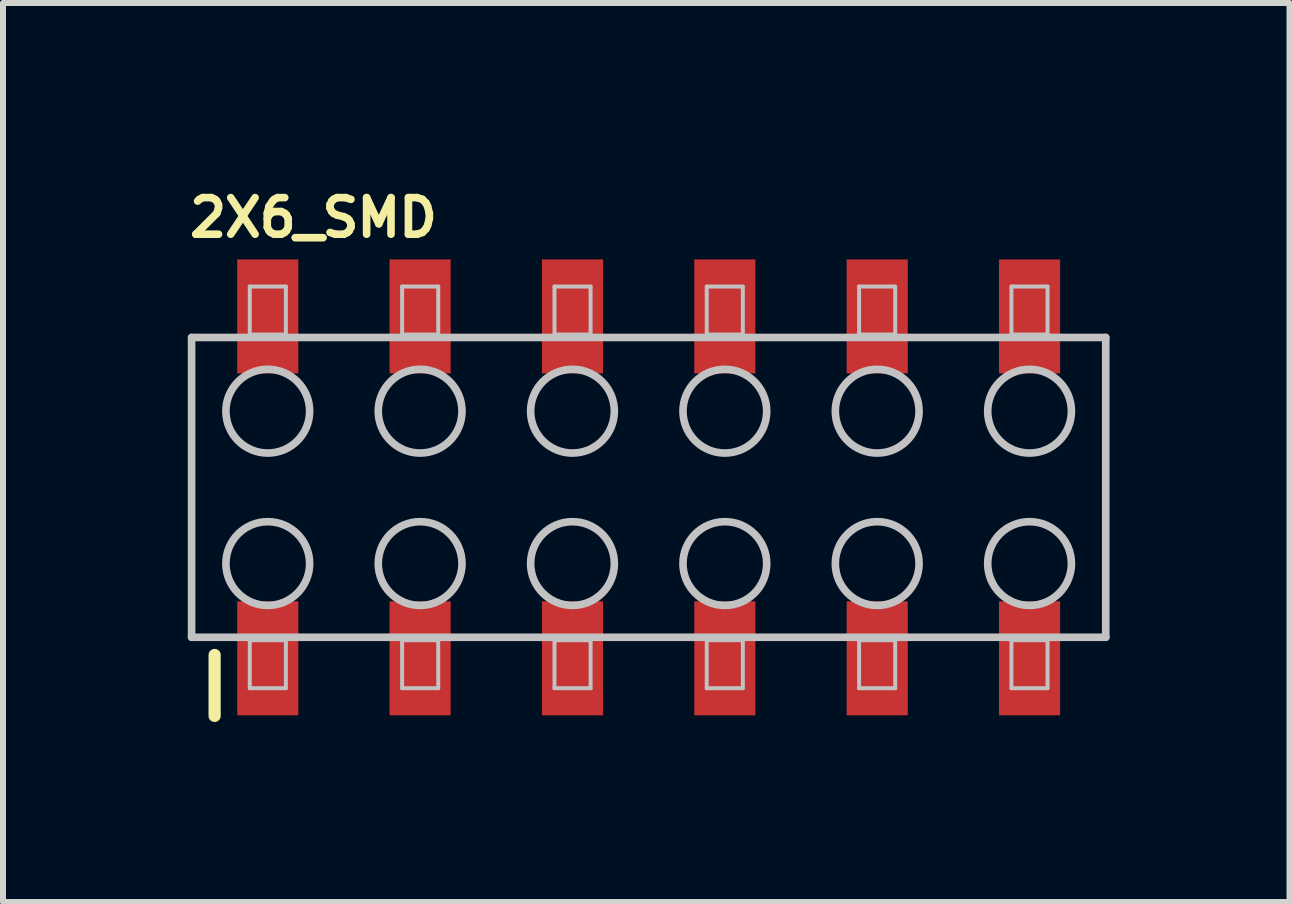
<source format=kicad_pcb>
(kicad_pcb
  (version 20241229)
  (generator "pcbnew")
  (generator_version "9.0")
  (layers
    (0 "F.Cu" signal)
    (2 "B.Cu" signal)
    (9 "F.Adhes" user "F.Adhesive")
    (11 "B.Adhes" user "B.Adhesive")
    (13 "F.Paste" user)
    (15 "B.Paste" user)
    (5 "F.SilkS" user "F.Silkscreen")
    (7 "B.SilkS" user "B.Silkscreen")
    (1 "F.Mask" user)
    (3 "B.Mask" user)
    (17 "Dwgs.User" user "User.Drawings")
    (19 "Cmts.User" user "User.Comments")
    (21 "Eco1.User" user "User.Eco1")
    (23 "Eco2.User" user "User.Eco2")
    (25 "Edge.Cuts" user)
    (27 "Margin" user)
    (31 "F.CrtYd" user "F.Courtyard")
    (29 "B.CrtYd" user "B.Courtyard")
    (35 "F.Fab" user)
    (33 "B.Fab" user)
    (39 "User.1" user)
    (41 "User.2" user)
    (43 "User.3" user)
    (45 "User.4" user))
  (footprint "2X6_SMD"
    (layer "F.Cu")
    (at 7.764 5.075)
    (property "Reference" "2X6_SMD" (at -5.588 -4.496 0) (layer "F.SilkS") (effects (font (size 0.61 0.61) (thickness 0.127))))
    (attr smd)
    (fp_line (start -7.236 3.81) (end -7.236 2.794) (stroke (width 0.203) (type solid)) (layer "F.SilkS"))
    (fp_line (start -7.62 -2.499) (end 7.62 -2.499) (stroke (width 0.127) (type solid)) (layer "Dwgs.User"))
    (fp_line (start -7.62 2.499) (end -7.62 -2.499) (stroke (width 0.127) (type solid)) (layer "Dwgs.User"))
    (fp_line (start -6.65 -3.348) (end -6.048 -3.348) (stroke (width 0.066) (type solid)) (layer "Dwgs.User"))
    (fp_line (start -6.65 -2.548) (end -6.65 -3.348) (stroke (width 0.066) (type solid)) (layer "Dwgs.User"))
    (fp_line (start -6.65 -2.548) (end -6.048 -2.548) (stroke (width 0.066) (type solid)) (layer "Dwgs.User"))
    (fp_line (start -6.65 2.548) (end -6.048 2.548) (stroke (width 0.066) (type solid)) (layer "Dwgs.User"))
    (fp_line (start -6.65 3.348) (end -6.65 2.548) (stroke (width 0.066) (type solid)) (layer "Dwgs.User"))
    (fp_line (start -6.65 3.348) (end -6.048 3.348) (stroke (width 0.066) (type solid)) (layer "Dwgs.User"))
    (fp_line (start -6.048 -2.548) (end -6.048 -3.348) (stroke (width 0.066) (type solid)) (layer "Dwgs.User"))
    (fp_line (start -6.048 3.348) (end -6.048 2.548) (stroke (width 0.066) (type solid)) (layer "Dwgs.User"))
    (fp_line (start -4.11 -3.348) (end -3.508 -3.348) (stroke (width 0.066) (type solid)) (layer "Dwgs.User"))
    (fp_line (start -4.11 -2.548) (end -4.11 -3.348) (stroke (width 0.066) (type solid)) (layer "Dwgs.User"))
    (fp_line (start -4.11 -2.548) (end -3.508 -2.548) (stroke (width 0.066) (type solid)) (layer "Dwgs.User"))
    (fp_line (start -4.11 2.548) (end -3.508 2.548) (stroke (width 0.066) (type solid)) (layer "Dwgs.User"))
    (fp_line (start -4.11 3.348) (end -4.11 2.548) (stroke (width 0.066) (type solid)) (layer "Dwgs.User"))
    (fp_line (start -4.11 3.348) (end -3.508 3.348) (stroke (width 0.066) (type solid)) (layer "Dwgs.User"))
    (fp_line (start -3.508 -2.548) (end -3.508 -3.348) (stroke (width 0.066) (type solid)) (layer "Dwgs.User"))
    (fp_line (start -3.508 3.348) (end -3.508 2.548) (stroke (width 0.066) (type solid)) (layer "Dwgs.User"))
    (fp_line (start -1.57 -3.348) (end -0.968 -3.348) (stroke (width 0.066) (type solid)) (layer "Dwgs.User"))
    (fp_line (start -1.57 -2.548) (end -1.57 -3.348) (stroke (width 0.066) (type solid)) (layer "Dwgs.User"))
    (fp_line (start -1.57 -2.548) (end -0.968 -2.548) (stroke (width 0.066) (type solid)) (layer "Dwgs.User"))
    (fp_line (start -1.57 2.548) (end -0.968 2.548) (stroke (width 0.066) (type solid)) (layer "Dwgs.User"))
    (fp_line (start -1.57 3.348) (end -1.57 2.548) (stroke (width 0.066) (type solid)) (layer "Dwgs.User"))
    (fp_line (start -1.57 3.348) (end -0.968 3.348) (stroke (width 0.066) (type solid)) (layer "Dwgs.User"))
    (fp_line (start -0.968 -2.548) (end -0.968 -3.348) (stroke (width 0.066) (type solid)) (layer "Dwgs.User"))
    (fp_line (start -0.968 3.348) (end -0.968 2.548) (stroke (width 0.066) (type solid)) (layer "Dwgs.User"))
    (fp_line (start 0.968 -3.348) (end 1.57 -3.348) (stroke (width 0.066) (type solid)) (layer "Dwgs.User"))
    (fp_line (start 0.968 -2.548) (end 0.968 -3.348) (stroke (width 0.066) (type solid)) (layer "Dwgs.User"))
    (fp_line (start 0.968 -2.548) (end 1.57 -2.548) (stroke (width 0.066) (type solid)) (layer "Dwgs.User"))
    (fp_line (start 0.968 2.548) (end 1.57 2.548) (stroke (width 0.066) (type solid)) (layer "Dwgs.User"))
    (fp_line (start 0.968 3.348) (end 0.968 2.548) (stroke (width 0.066) (type solid)) (layer "Dwgs.User"))
    (fp_line (start 0.968 3.348) (end 1.57 3.348) (stroke (width 0.066) (type solid)) (layer "Dwgs.User"))
    (fp_line (start 1.57 -2.548) (end 1.57 -3.348) (stroke (width 0.066) (type solid)) (layer "Dwgs.User"))
    (fp_line (start 1.57 3.348) (end 1.57 2.548) (stroke (width 0.066) (type solid)) (layer "Dwgs.User"))
    (fp_line (start 3.508 -3.348) (end 4.11 -3.348) (stroke (width 0.066) (type solid)) (layer "Dwgs.User"))
    (fp_line (start 3.508 -2.548) (end 3.508 -3.348) (stroke (width 0.066) (type solid)) (layer "Dwgs.User"))
    (fp_line (start 3.508 -2.548) (end 4.11 -2.548) (stroke (width 0.066) (type solid)) (layer "Dwgs.User"))
    (fp_line (start 3.508 2.548) (end 4.11 2.548) (stroke (width 0.066) (type solid)) (layer "Dwgs.User"))
    (fp_line (start 3.508 3.348) (end 3.508 2.548) (stroke (width 0.066) (type solid)) (layer "Dwgs.User"))
    (fp_line (start 3.508 3.348) (end 4.11 3.348) (stroke (width 0.066) (type solid)) (layer "Dwgs.User"))
    (fp_line (start 4.11 -2.548) (end 4.11 -3.348) (stroke (width 0.066) (type solid)) (layer "Dwgs.User"))
    (fp_line (start 4.11 3.348) (end 4.11 2.548) (stroke (width 0.066) (type solid)) (layer "Dwgs.User"))
    (fp_line (start 6.048 -3.348) (end 6.65 -3.348) (stroke (width 0.066) (type solid)) (layer "Dwgs.User"))
    (fp_line (start 6.048 -2.548) (end 6.048 -3.348) (stroke (width 0.066) (type solid)) (layer "Dwgs.User"))
    (fp_line (start 6.048 -2.548) (end 6.65 -2.548) (stroke (width 0.066) (type solid)) (layer "Dwgs.User"))
    (fp_line (start 6.048 2.548) (end 6.65 2.548) (stroke (width 0.066) (type solid)) (layer "Dwgs.User"))
    (fp_line (start 6.048 3.348) (end 6.048 2.548) (stroke (width 0.066) (type solid)) (layer "Dwgs.User"))
    (fp_line (start 6.048 3.348) (end 6.65 3.348) (stroke (width 0.066) (type solid)) (layer "Dwgs.User"))
    (fp_line (start 6.65 -2.548) (end 6.65 -3.348) (stroke (width 0.066) (type solid)) (layer "Dwgs.User"))
    (fp_line (start 6.65 3.348) (end 6.65 2.548) (stroke (width 0.066) (type solid)) (layer "Dwgs.User"))
    (fp_line (start 7.62 -2.499) (end 7.62 2.499) (stroke (width 0.127) (type solid)) (layer "Dwgs.User"))
    (fp_line (start 7.62 2.499) (end -7.62 2.499) (stroke (width 0.127) (type solid)) (layer "Dwgs.User"))
    (fp_circle (center -6.35 -1.27) (end -6.35 -1.968) (stroke (width 0.127) (type solid)) (fill no) (layer "Dwgs.User"))
    (fp_circle (center -6.35 1.27) (end -6.35 0.572) (stroke (width 0.127) (type solid)) (fill no) (layer "Dwgs.User"))
    (fp_circle (center -3.81 -1.27) (end -3.81 -1.968) (stroke (width 0.127) (type solid)) (fill no) (layer "Dwgs.User"))
    (fp_circle (center -3.81 1.27) (end -3.81 0.572) (stroke (width 0.127) (type solid)) (fill no) (layer "Dwgs.User"))
    (fp_circle (center -1.27 -1.27) (end -1.27 -1.968) (stroke (width 0.127) (type solid)) (fill no) (layer "Dwgs.User"))
    (fp_circle (center -1.27 1.27) (end -1.27 0.572) (stroke (width 0.127) (type solid)) (fill no) (layer "Dwgs.User"))
    (fp_circle (center 1.27 -1.27) (end 1.27 -1.968) (stroke (width 0.127) (type solid)) (fill no) (layer "Dwgs.User"))
    (fp_circle (center 1.27 1.27) (end 1.27 0.572) (stroke (width 0.127) (type solid)) (fill no) (layer "Dwgs.User"))
    (fp_circle (center 3.81 -1.27) (end 3.81 -1.968) (stroke (width 0.127) (type solid)) (fill no) (layer "Dwgs.User"))
    (fp_circle (center 3.81 1.27) (end 3.81 0.572) (stroke (width 0.127) (type solid)) (fill no) (layer "Dwgs.User"))
    (fp_circle (center 6.35 -1.27) (end 6.35 -1.968) (stroke (width 0.127) (type solid)) (fill no) (layer "Dwgs.User"))
    (fp_circle (center 6.35 1.27) (end 6.35 0.572) (stroke (width 0.127) (type solid)) (fill no) (layer "Dwgs.User"))
    (pad "1" smd rect (at -6.35 2.85) (size 1.019 1.9) (layers "F.Cu" "F.Mask" "F.Paste"))
    (pad "2" smd rect (at -6.35 -2.85) (size 1.019 1.9) (layers "F.Cu" "F.Mask" "F.Paste"))
    (pad "3" smd rect (at -3.81 2.85) (size 1.019 1.9) (layers "F.Cu" "F.Mask" "F.Paste"))
    (pad "4" smd rect (at -3.81 -2.85) (size 1.019 1.9) (layers "F.Cu" "F.Mask" "F.Paste"))
    (pad "5" smd rect (at -1.27 2.85) (size 1.019 1.9) (layers "F.Cu" "F.Mask" "F.Paste"))
    (pad "6" smd rect (at -1.27 -2.85) (size 1.019 1.9) (layers "F.Cu" "F.Mask" "F.Paste"))
    (pad "7" smd rect (at 1.27 2.85) (size 1.019 1.9) (layers "F.Cu" "F.Mask" "F.Paste"))
    (pad "8" smd rect (at 1.27 -2.85) (size 1.019 1.9) (layers "F.Cu" "F.Mask" "F.Paste"))
    (pad "9" smd rect (at 3.81 2.85) (size 1.019 1.9) (layers "F.Cu" "F.Mask" "F.Paste"))
    (pad "10" smd rect (at 3.81 -2.85) (size 1.019 1.9) (layers "F.Cu" "F.Mask" "F.Paste"))
    (pad "11" smd rect (at 6.35 2.85) (size 1.019 1.9) (layers "F.Cu" "F.Mask" "F.Paste"))
    (pad "12" smd rect (at 6.35 -2.85) (size 1.019 1.9) (layers "F.Cu" "F.Mask" "F.Paste")))
  (gr_rect
    (start -3 -3)
    (end 18.448 11.987)
    (stroke (width 0.1) (type default))
    (fill no)
    (layer "Edge.Cuts")))
</source>
